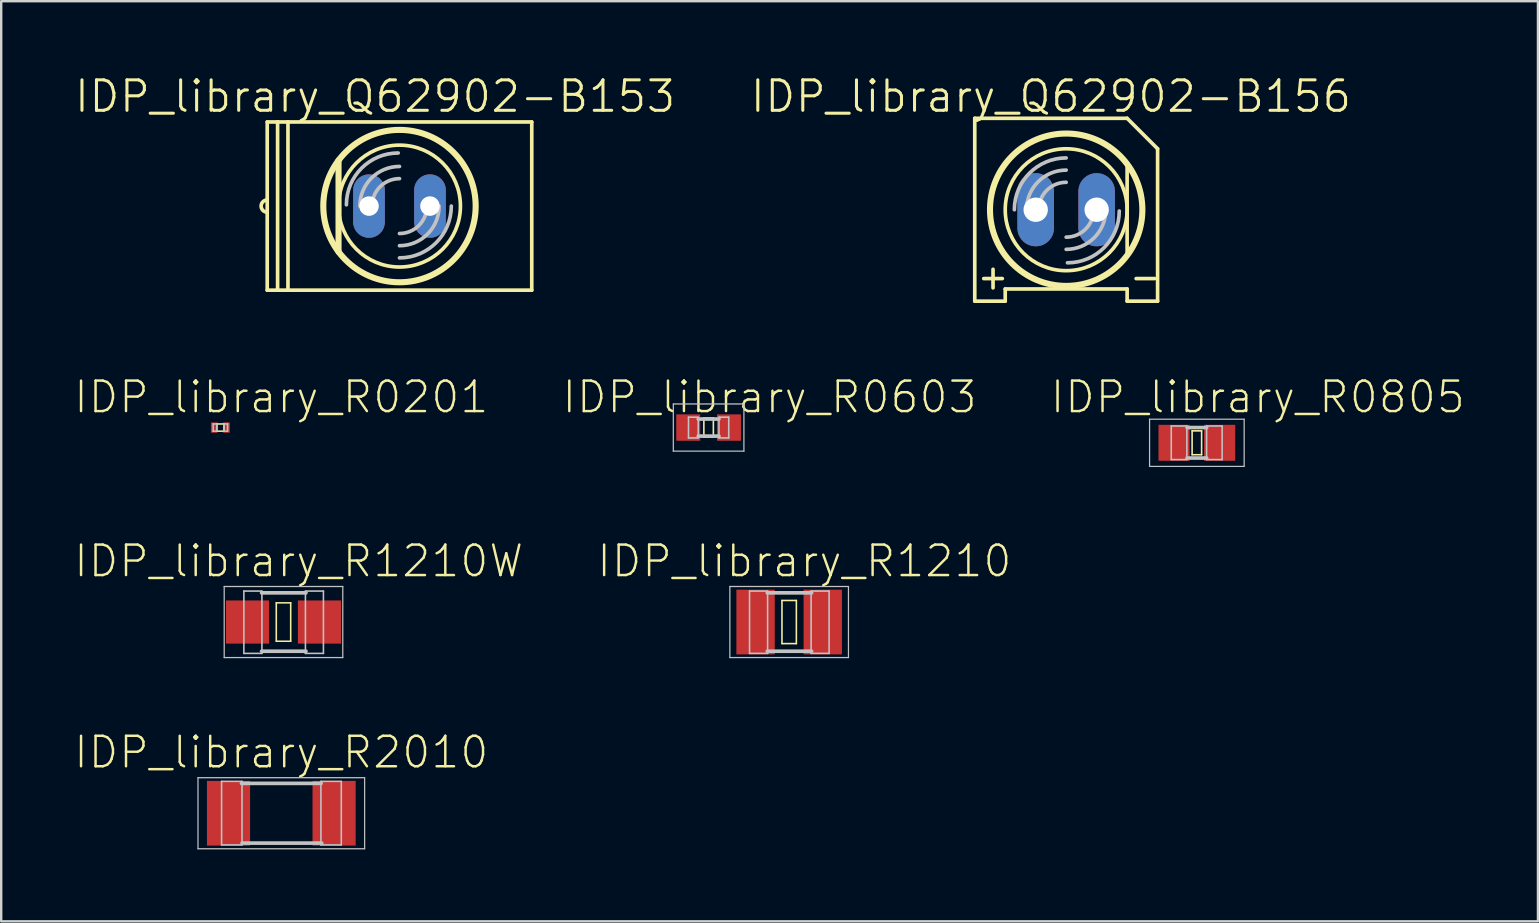
<source format=kicad_pcb>
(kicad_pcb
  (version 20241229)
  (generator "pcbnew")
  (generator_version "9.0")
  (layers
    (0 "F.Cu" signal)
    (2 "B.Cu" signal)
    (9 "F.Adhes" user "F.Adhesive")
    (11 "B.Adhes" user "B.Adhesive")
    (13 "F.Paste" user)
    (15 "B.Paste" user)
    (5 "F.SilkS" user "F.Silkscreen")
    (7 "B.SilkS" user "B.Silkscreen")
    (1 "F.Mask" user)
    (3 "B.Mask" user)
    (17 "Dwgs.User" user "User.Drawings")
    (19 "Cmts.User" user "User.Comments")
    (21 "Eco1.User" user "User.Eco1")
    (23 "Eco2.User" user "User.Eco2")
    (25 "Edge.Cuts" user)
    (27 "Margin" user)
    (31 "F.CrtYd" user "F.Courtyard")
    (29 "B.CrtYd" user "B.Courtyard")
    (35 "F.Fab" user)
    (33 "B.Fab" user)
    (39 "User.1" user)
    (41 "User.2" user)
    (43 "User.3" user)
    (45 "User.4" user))
  (footprint "IDP_library_R1210W"
    (layer "F.Cu")
    (at 8.764 22.872)
    (property "Reference" "IDP_library_R1210W" (at 0.635 -2.54 0) (layer "F.SilkS") (effects (font (size 1.27 1.27) (thickness 0.102))))
    (attr smd)
    (fp_line (start -0.3 -0.8) (end 0.3 -0.8) (stroke (width 0.066) (type solid)) (layer "F.SilkS"))
    (fp_line (start -0.3 0.8) (end -0.3 -0.8) (stroke (width 0.066) (type solid)) (layer "F.SilkS"))
    (fp_line (start -0.3 0.8) (end 0.3 0.8) (stroke (width 0.066) (type solid)) (layer "F.SilkS"))
    (fp_line (start 0.3 0.8) (end 0.3 -0.8) (stroke (width 0.066) (type solid)) (layer "F.SilkS"))
    (fp_line (start -2.471 -1.481) (end 2.471 -1.481) (stroke (width 0.051) (type solid)) (layer "Dwgs.User"))
    (fp_line (start -2.471 1.481) (end -2.471 -1.481) (stroke (width 0.051) (type solid)) (layer "Dwgs.User"))
    (fp_line (start -1.651 -1.29) (end -0.899 -1.29) (stroke (width 0.066) (type solid)) (layer "Dwgs.User"))
    (fp_line (start -1.651 1.308) (end -1.651 -1.29) (stroke (width 0.066) (type solid)) (layer "Dwgs.User"))
    (fp_line (start -1.651 1.308) (end -0.899 1.308) (stroke (width 0.066) (type solid)) (layer "Dwgs.User"))
    (fp_line (start -0.912 -1.217) (end 0.937 -1.217) (stroke (width 0.152) (type solid)) (layer "Dwgs.User"))
    (fp_line (start -0.912 1.217) (end 0.937 1.217) (stroke (width 0.152) (type solid)) (layer "Dwgs.User"))
    (fp_line (start -0.899 1.308) (end -0.899 -1.29) (stroke (width 0.066) (type solid)) (layer "Dwgs.User"))
    (fp_line (start 0.914 -1.29) (end 1.664 -1.29) (stroke (width 0.066) (type solid)) (layer "Dwgs.User"))
    (fp_line (start 0.914 1.308) (end 0.914 -1.29) (stroke (width 0.066) (type solid)) (layer "Dwgs.User"))
    (fp_line (start 0.914 1.308) (end 1.664 1.308) (stroke (width 0.066) (type solid)) (layer "Dwgs.User"))
    (fp_line (start 1.664 1.308) (end 1.664 -1.29) (stroke (width 0.066) (type solid)) (layer "Dwgs.User"))
    (fp_line (start 2.471 -1.481) (end 2.471 1.481) (stroke (width 0.051) (type solid)) (layer "Dwgs.User"))
    (fp_line (start 2.471 1.481) (end -2.471 1.481) (stroke (width 0.051) (type solid)) (layer "Dwgs.User"))
    (pad "1" smd rect (at -1.499 0) (size 1.798 1.798) (layers "F.Cu" "F.Mask" "F.Paste"))
    (pad "2" smd rect (at 1.499 0) (size 1.798 1.798) (layers "F.Cu" "F.Mask" "F.Paste")))
  (footprint "IDP_library_R0603"
    (layer "F.Cu")
    (at 26.48 14.768)
    (property "Reference" "IDP_library_R0603" (at 2.54 -1.27 0) (layer "F.SilkS") (effects (font (size 1.27 1.27) (thickness 0.102))))
    (attr smd)
    (fp_line (start -0.198 -0.399) (end 0.198 -0.399) (stroke (width 0.066) (type solid)) (layer "F.SilkS"))
    (fp_line (start -0.198 0.399) (end -0.198 -0.399) (stroke (width 0.066) (type solid)) (layer "F.SilkS"))
    (fp_line (start -0.198 0.399) (end 0.198 0.399) (stroke (width 0.066) (type solid)) (layer "F.SilkS"))
    (fp_line (start 0.198 0.399) (end 0.198 -0.399) (stroke (width 0.066) (type solid)) (layer "F.SilkS"))
    (fp_line (start -1.471 -0.983) (end 1.471 -0.983) (stroke (width 0.051) (type solid)) (layer "Dwgs.User"))
    (fp_line (start -1.471 0.983) (end -1.471 -0.983) (stroke (width 0.051) (type solid)) (layer "Dwgs.User"))
    (fp_line (start -0.838 -0.432) (end -0.432 -0.432) (stroke (width 0.066) (type solid)) (layer "Dwgs.User"))
    (fp_line (start -0.838 0.432) (end -0.838 -0.432) (stroke (width 0.066) (type solid)) (layer "Dwgs.User"))
    (fp_line (start -0.838 0.432) (end -0.432 0.432) (stroke (width 0.066) (type solid)) (layer "Dwgs.User"))
    (fp_line (start -0.432 0.356) (end 0.432 0.356) (stroke (width 0.152) (type solid)) (layer "Dwgs.User"))
    (fp_line (start -0.432 0.432) (end -0.432 -0.432) (stroke (width 0.066) (type solid)) (layer "Dwgs.User"))
    (fp_line (start 0.432 -0.432) (end 0.838 -0.432) (stroke (width 0.066) (type solid)) (layer "Dwgs.User"))
    (fp_line (start 0.432 -0.356) (end -0.432 -0.356) (stroke (width 0.152) (type solid)) (layer "Dwgs.User"))
    (fp_line (start 0.432 0.432) (end 0.432 -0.432) (stroke (width 0.066) (type solid)) (layer "Dwgs.User"))
    (fp_line (start 0.432 0.432) (end 0.838 0.432) (stroke (width 0.066) (type solid)) (layer "Dwgs.User"))
    (fp_line (start 0.838 0.432) (end 0.838 -0.432) (stroke (width 0.066) (type solid)) (layer "Dwgs.User"))
    (fp_line (start 1.471 -0.983) (end 1.471 0.983) (stroke (width 0.051) (type solid)) (layer "Dwgs.User"))
    (fp_line (start 1.471 0.983) (end -1.471 0.983) (stroke (width 0.051) (type solid)) (layer "Dwgs.User"))
    (pad "1" smd rect (at -0.848 0) (size 0.998 1.1) (layers "F.Cu" "F.Mask" "F.Paste"))
    (pad "2" smd rect (at 0.848 0) (size 0.998 1.1) (layers "F.Cu" "F.Mask" "F.Paste")))
  (footprint "IDP_library_R0805"
    (layer "F.Cu")
    (at 46.827 15.403)
    (property "Reference" "IDP_library_R0805" (at 2.54 -1.905 0) (layer "F.SilkS") (effects (font (size 1.27 1.27) (thickness 0.102))))
    (attr smd)
    (fp_line (start -0.198 -0.498) (end 0.198 -0.498) (stroke (width 0.066) (type solid)) (layer "F.SilkS"))
    (fp_line (start -0.198 0.498) (end -0.198 -0.498) (stroke (width 0.066) (type solid)) (layer "F.SilkS"))
    (fp_line (start -0.198 0.498) (end 0.198 0.498) (stroke (width 0.066) (type solid)) (layer "F.SilkS"))
    (fp_line (start 0.198 0.498) (end 0.198 -0.498) (stroke (width 0.066) (type solid)) (layer "F.SilkS"))
    (fp_line (start -1.971 -0.983) (end 1.971 -0.983) (stroke (width 0.051) (type solid)) (layer "Dwgs.User"))
    (fp_line (start -1.971 0.983) (end -1.971 -0.983) (stroke (width 0.051) (type solid)) (layer "Dwgs.User"))
    (fp_line (start -1.067 -0.701) (end -0.417 -0.701) (stroke (width 0.066) (type solid)) (layer "Dwgs.User"))
    (fp_line (start -1.067 0.699) (end -1.067 -0.701) (stroke (width 0.066) (type solid)) (layer "Dwgs.User"))
    (fp_line (start -1.067 0.699) (end -0.417 0.699) (stroke (width 0.066) (type solid)) (layer "Dwgs.User"))
    (fp_line (start -0.417 0.699) (end -0.417 -0.701) (stroke (width 0.066) (type solid)) (layer "Dwgs.User"))
    (fp_line (start -0.409 -0.635) (end 0.409 -0.635) (stroke (width 0.152) (type solid)) (layer "Dwgs.User"))
    (fp_line (start -0.409 0.635) (end 0.409 0.635) (stroke (width 0.152) (type solid)) (layer "Dwgs.User"))
    (fp_line (start 0.406 -0.701) (end 1.054 -0.701) (stroke (width 0.066) (type solid)) (layer "Dwgs.User"))
    (fp_line (start 0.406 0.699) (end 0.406 -0.701) (stroke (width 0.066) (type solid)) (layer "Dwgs.User"))
    (fp_line (start 0.406 0.699) (end 1.054 0.699) (stroke (width 0.066) (type solid)) (layer "Dwgs.User"))
    (fp_line (start 1.054 0.699) (end 1.054 -0.701) (stroke (width 0.066) (type solid)) (layer "Dwgs.User"))
    (fp_line (start 1.971 -0.983) (end 1.971 0.983) (stroke (width 0.051) (type solid)) (layer "Dwgs.User"))
    (fp_line (start 1.971 0.983) (end -1.971 0.983) (stroke (width 0.051) (type solid)) (layer "Dwgs.User"))
    (pad "1" smd rect (at -0.95 0) (size 1.298 1.499) (layers "F.Cu" "F.Mask" "F.Paste"))
    (pad "2" smd rect (at 0.95 0) (size 1.298 1.499) (layers "F.Cu" "F.Mask" "F.Paste")))
  (footprint "IDP_library_R0201"
    (layer "F.Cu")
    (at 6.133 14.768)
    (property "Reference" "IDP_library_R0201" (at 2.54 -1.27 0) (layer "F.SilkS") (effects (font (size 1.27 1.27) (thickness 0.102))))
    (attr smd)
    (fp_line (start -0.15 -0.15) (end 0.15 -0.15) (stroke (width 0.066) (type solid)) (layer "F.SilkS"))
    (fp_line (start -0.15 0.15) (end -0.15 -0.15) (stroke (width 0.066) (type solid)) (layer "F.SilkS"))
    (fp_line (start -0.15 0.15) (end 0.15 0.15) (stroke (width 0.066) (type solid)) (layer "F.SilkS"))
    (fp_line (start 0.15 0.15) (end 0.15 -0.15) (stroke (width 0.066) (type solid)) (layer "F.SilkS"))
    (fp_line (start -0.3 -0.15) (end -0.15 -0.15) (stroke (width 0.066) (type solid)) (layer "Dwgs.User"))
    (fp_line (start -0.3 0.15) (end -0.3 -0.15) (stroke (width 0.066) (type solid)) (layer "Dwgs.User"))
    (fp_line (start -0.3 0.15) (end -0.15 0.15) (stroke (width 0.066) (type solid)) (layer "Dwgs.User"))
    (fp_line (start -0.15 0.15) (end -0.15 -0.15) (stroke (width 0.066) (type solid)) (layer "Dwgs.User"))
    (fp_line (start 0.15 -0.15) (end 0.3 -0.15) (stroke (width 0.066) (type solid)) (layer "Dwgs.User"))
    (fp_line (start 0.15 0.15) (end 0.15 -0.15) (stroke (width 0.066) (type solid)) (layer "Dwgs.User"))
    (fp_line (start 0.15 0.15) (end 0.3 0.15) (stroke (width 0.066) (type solid)) (layer "Dwgs.User"))
    (fp_line (start 0.3 0.15) (end 0.3 -0.15) (stroke (width 0.066) (type solid)) (layer "Dwgs.User"))
    (pad "1" smd rect (at -0.254 0) (size 0.279 0.429) (layers "F.Cu" "F.Mask" "F.Paste"))
    (pad "2" smd rect (at 0.254 0) (size 0.279 0.429) (layers "F.Cu" "F.Mask" "F.Paste")))
  (footprint "IDP_library_Q62902-B153"
    (layer "F.Cu")
    (at 13.598 5.538)
    (property "Reference" "IDP_library_Q62902-B153" (at -1.016 -4.572 0) (layer "F.SilkS") (effects (font (size 1.27 1.27) (thickness 0.127))))
    (attr exclude_from_pos_files exclude_from_bom)
    (fp_line (start -5.512 -0.254) (end -5.512 -3.505) (stroke (width 0.152) (type solid)) (layer "F.SilkS"))
    (fp_line (start -5.512 0.254) (end -5.512 -0.254) (stroke (width 0.152) (type solid)) (layer "F.SilkS"))
    (fp_line (start -5.512 3.505) (end -5.512 0.254) (stroke (width 0.152) (type solid)) (layer "F.SilkS"))
    (fp_line (start -5.08 -3.505) (end -5.512 -3.505) (stroke (width 0.152) (type solid)) (layer "F.SilkS"))
    (fp_line (start -5.08 -3.505) (end -4.648 -3.505) (stroke (width 0.152) (type solid)) (layer "F.SilkS"))
    (fp_line (start -5.08 3.505) (end -5.512 3.505) (stroke (width 0.152) (type solid)) (layer "F.SilkS"))
    (fp_line (start -5.08 3.505) (end -5.08 -3.505) (stroke (width 0.152) (type solid)) (layer "F.SilkS"))
    (fp_line (start -4.648 -3.505) (end -4.648 3.505) (stroke (width 0.152) (type solid)) (layer "F.SilkS"))
    (fp_line (start -4.648 -3.505) (end 5.512 -3.505) (stroke (width 0.152) (type solid)) (layer "F.SilkS"))
    (fp_line (start -4.648 3.505) (end -5.08 3.505) (stroke (width 0.152) (type solid)) (layer "F.SilkS"))
    (fp_line (start -2.54 -1.905) (end -2.54 1.905) (stroke (width 0.254) (type solid)) (layer "F.SilkS"))
    (fp_line (start 5.512 -3.505) (end 5.512 3.505) (stroke (width 0.152) (type solid)) (layer "F.SilkS"))
    (fp_line (start 5.512 3.505) (end -4.648 3.505) (stroke (width 0.152) (type solid)) (layer "F.SilkS"))
    (fp_arc (start -5.5118 0.254) (mid -5.7658 0) (end -5.5118 -0.254) (stroke (width 0.1524) (type solid)) (layer "F.SilkS"))
    (fp_circle (center 0 0) (end 0 -3.175) (stroke (width 0.254) (type solid)) (fill no) (layer "F.SilkS"))
    (fp_circle (center 0 0) (end 0 -2.54) (stroke (width 0.152) (type solid)) (fill no) (layer "F.SilkS"))
    (fp_arc (start -2.21234 -0.05334) (mid -1.579984 -1.579984) (end -0.05334 -2.21234) (stroke (width 0.1524) (type solid)) (layer "Dwgs.User"))
    (fp_arc (start -1.651 0) (mid -1.167433 -1.167433) (end 0 -1.651) (stroke (width 0.1524) (type solid)) (layer "Dwgs.User"))
    (fp_arc (start -1.143 0) (mid -0.808223 -0.808223) (end 0 -1.143) (stroke (width 0.1524) (type solid)) (layer "Dwgs.User"))
    (fp_arc (start 1.143 0) (mid 0.808223 0.808223) (end 0 1.143) (stroke (width 0.1524) (type solid)) (layer "Dwgs.User"))
    (fp_arc (start 1.651 0) (mid 1.167433 1.167433) (end 0 1.651) (stroke (width 0.1524) (type solid)) (layer "Dwgs.User"))
    (fp_arc (start 2.159 0) (mid 1.526644 1.526644) (end 0 2.159) (stroke (width 0.1524) (type solid)) (layer "Dwgs.User"))
    (pad "A" thru_hole oval (at 1.27 0 180) (size 1.321 2.642) (drill 0.813) (layers "*.Cu" "*.Paste" "*.Mask"))
    (pad "K" thru_hole oval (at -1.27 0 180) (size 1.321 2.642) (drill 0.813) (layers "*.Cu" "*.Paste" "*.Mask")))
  (footprint "IDP_library_Q62902-B156"
    (layer "F.Cu")
    (at 41.381 5.69)
    (property "Reference" "IDP_library_Q62902-B156" (at -0.635 -4.724 0) (layer "F.SilkS") (effects (font (size 1.27 1.27) (thickness 0.127))))
    (attr exclude_from_pos_files exclude_from_bom)
    (fp_line (start -3.81 3.81) (end -3.81 -3.81) (stroke (width 0.152) (type solid)) (layer "F.SilkS"))
    (fp_line (start -3.81 3.81) (end -2.54 3.81) (stroke (width 0.152) (type solid)) (layer "F.SilkS"))
    (fp_line (start -2.54 3.302) (end -2.54 3.81) (stroke (width 0.152) (type solid)) (layer "F.SilkS"))
    (fp_line (start 2.54 -3.81) (end -3.81 -3.81) (stroke (width 0.152) (type solid)) (layer "F.SilkS"))
    (fp_line (start 2.54 -3.81) (end 3.81 -2.54) (stroke (width 0.152) (type solid)) (layer "F.SilkS"))
    (fp_line (start 2.54 1.905) (end 2.54 -1.905) (stroke (width 0.152) (type solid)) (layer "F.SilkS"))
    (fp_line (start 2.54 3.302) (end -2.54 3.302) (stroke (width 0.152) (type solid)) (layer "F.SilkS"))
    (fp_line (start 2.54 3.302) (end 2.54 3.81) (stroke (width 0.152) (type solid)) (layer "F.SilkS"))
    (fp_line (start 3.81 -2.54) (end 3.81 3.81) (stroke (width 0.152) (type solid)) (layer "F.SilkS"))
    (fp_line (start 3.81 3.81) (end 2.54 3.81) (stroke (width 0.152) (type solid)) (layer "F.SilkS"))
    (fp_circle (center 0 0) (end 0 -3.175) (stroke (width 0.254) (type solid)) (fill no) (layer "F.SilkS"))
    (fp_circle (center 0 0) (end 0 -2.54) (stroke (width 0.152) (type solid)) (fill no) (layer "F.SilkS"))
    (fp_arc (start -2.159 0) (mid -1.526644 -1.526644) (end 0 -2.159) (stroke (width 0.1524) (type solid)) (layer "Dwgs.User"))
    (fp_arc (start -1.651 0) (mid -1.167433 -1.167433) (end 0 -1.651) (stroke (width 0.1524) (type solid)) (layer "Dwgs.User"))
    (fp_arc (start -1.143 0) (mid -0.808223 -0.808223) (end 0 -1.143) (stroke (width 0.1524) (type solid)) (layer "Dwgs.User"))
    (fp_arc (start 1.143 0) (mid 0.808223 0.808223) (end 0 1.143) (stroke (width 0.1524) (type solid)) (layer "Dwgs.User"))
    (fp_arc (start 1.651 0) (mid 1.167433 1.167433) (end 0 1.651) (stroke (width 0.1524) (type solid)) (layer "Dwgs.User"))
    (fp_arc (start 2.21234 0.05334) (mid 1.579984 1.579984) (end 0.05334 2.21234) (stroke (width 0.1524) (type solid)) (layer "Dwgs.User"))
    (fp_text user "+" (at -3.048 2.794 0) (layer "F.SilkS") (effects (font (size 1.016 1.016) (thickness 0.152))))
    (fp_text user "-" (at 3.302 2.794 0) (layer "F.SilkS") (effects (font (size 1.016 1.016) (thickness 0.152))))
    (pad "A" thru_hole oval (at -1.27 0 180) (size 1.524 3.048) (drill 1.016) (layers "*.Cu" "*.Paste" "*.Mask"))
    (pad "K" thru_hole oval (at 1.27 0 180) (size 1.524 3.048) (drill 1.016) (layers "*.Cu" "*.Paste" "*.Mask")))
  (footprint "IDP_library_R2010"
    (layer "F.Cu")
    (at 8.673 30.84)
    (property "Reference" "IDP_library_R2010" (at 0 -2.54 0) (layer "F.SilkS") (effects (font (size 1.27 1.27) (thickness 0.102))))
    (attr smd)
    (fp_line (start -3.472 -1.481) (end 3.472 -1.481) (stroke (width 0.051) (type solid)) (layer "Dwgs.User"))
    (fp_line (start -3.472 1.481) (end -3.472 -1.481) (stroke (width 0.051) (type solid)) (layer "Dwgs.User"))
    (fp_line (start -2.489 -1.328) (end -1.638 -1.328) (stroke (width 0.066) (type solid)) (layer "Dwgs.User"))
    (fp_line (start -2.489 1.321) (end -2.489 -1.328) (stroke (width 0.066) (type solid)) (layer "Dwgs.User"))
    (fp_line (start -2.489 1.321) (end -1.638 1.321) (stroke (width 0.066) (type solid)) (layer "Dwgs.User"))
    (fp_line (start -1.661 -1.245) (end 1.661 -1.245) (stroke (width 0.152) (type solid)) (layer "Dwgs.User"))
    (fp_line (start -1.638 1.321) (end -1.638 -1.328) (stroke (width 0.066) (type solid)) (layer "Dwgs.User"))
    (fp_line (start -1.636 1.245) (end 1.687 1.245) (stroke (width 0.152) (type solid)) (layer "Dwgs.User"))
    (fp_line (start 1.651 -1.328) (end 2.499 -1.328) (stroke (width 0.066) (type solid)) (layer "Dwgs.User"))
    (fp_line (start 1.651 1.321) (end 1.651 -1.328) (stroke (width 0.066) (type solid)) (layer "Dwgs.User"))
    (fp_line (start 1.651 1.321) (end 2.499 1.321) (stroke (width 0.066) (type solid)) (layer "Dwgs.User"))
    (fp_line (start 2.499 1.321) (end 2.499 -1.328) (stroke (width 0.066) (type solid)) (layer "Dwgs.User"))
    (fp_line (start 3.472 -1.481) (end 3.472 1.481) (stroke (width 0.051) (type solid)) (layer "Dwgs.User"))
    (fp_line (start 3.472 1.481) (end -3.472 1.481) (stroke (width 0.051) (type solid)) (layer "Dwgs.User"))
    (pad "1" smd rect (at -2.2 0) (size 1.798 2.697) (layers "F.Cu" "F.Mask" "F.Paste"))
    (pad "2" smd rect (at 2.2 0) (size 1.798 2.697) (layers "F.Cu" "F.Mask" "F.Paste")))
  (footprint "IDP_library_R1210"
    (layer "F.Cu")
    (at 29.837 22.872)
    (property "Reference" "IDP_library_R1210" (at 0.635 -2.54 0) (layer "F.SilkS") (effects (font (size 1.27 1.27) (thickness 0.102))))
    (attr smd)
    (fp_line (start -0.3 -0.899) (end 0.3 -0.899) (stroke (width 0.066) (type solid)) (layer "F.SilkS"))
    (fp_line (start -0.3 0.899) (end -0.3 -0.899) (stroke (width 0.066) (type solid)) (layer "F.SilkS"))
    (fp_line (start -0.3 0.899) (end 0.3 0.899) (stroke (width 0.066) (type solid)) (layer "F.SilkS"))
    (fp_line (start 0.3 0.899) (end 0.3 -0.899) (stroke (width 0.066) (type solid)) (layer "F.SilkS"))
    (fp_line (start -2.471 -1.481) (end 2.471 -1.481) (stroke (width 0.051) (type solid)) (layer "Dwgs.User"))
    (fp_line (start -2.471 1.481) (end -2.471 -1.481) (stroke (width 0.051) (type solid)) (layer "Dwgs.User"))
    (fp_line (start -1.651 -1.29) (end -0.899 -1.29) (stroke (width 0.066) (type solid)) (layer "Dwgs.User"))
    (fp_line (start -1.651 1.308) (end -1.651 -1.29) (stroke (width 0.066) (type solid)) (layer "Dwgs.User"))
    (fp_line (start -1.651 1.308) (end -0.899 1.308) (stroke (width 0.066) (type solid)) (layer "Dwgs.User"))
    (fp_line (start -0.912 -1.217) (end 0.937 -1.217) (stroke (width 0.152) (type solid)) (layer "Dwgs.User"))
    (fp_line (start -0.912 1.217) (end 0.937 1.217) (stroke (width 0.152) (type solid)) (layer "Dwgs.User"))
    (fp_line (start -0.899 1.308) (end -0.899 -1.29) (stroke (width 0.066) (type solid)) (layer "Dwgs.User"))
    (fp_line (start 0.914 -1.29) (end 1.664 -1.29) (stroke (width 0.066) (type solid)) (layer "Dwgs.User"))
    (fp_line (start 0.914 1.308) (end 0.914 -1.29) (stroke (width 0.066) (type solid)) (layer "Dwgs.User"))
    (fp_line (start 0.914 1.308) (end 1.664 1.308) (stroke (width 0.066) (type solid)) (layer "Dwgs.User"))
    (fp_line (start 1.664 1.308) (end 1.664 -1.29) (stroke (width 0.066) (type solid)) (layer "Dwgs.User"))
    (fp_line (start 2.471 -1.481) (end 2.471 1.481) (stroke (width 0.051) (type solid)) (layer "Dwgs.User"))
    (fp_line (start 2.471 1.481) (end -2.471 1.481) (stroke (width 0.051) (type solid)) (layer "Dwgs.User"))
    (pad "1" smd rect (at -1.4 0) (size 1.598 2.697) (layers "F.Cu" "F.Mask" "F.Paste"))
    (pad "2" smd rect (at 1.4 0) (size 1.598 2.697) (layers "F.Cu" "F.Mask" "F.Paste")))
  (gr_rect
    (start -3 -3)
    (end 61.041 35.346)
    (stroke (width 0.1) (type default))
    (fill no)
    (layer "Edge.Cuts")))
</source>
